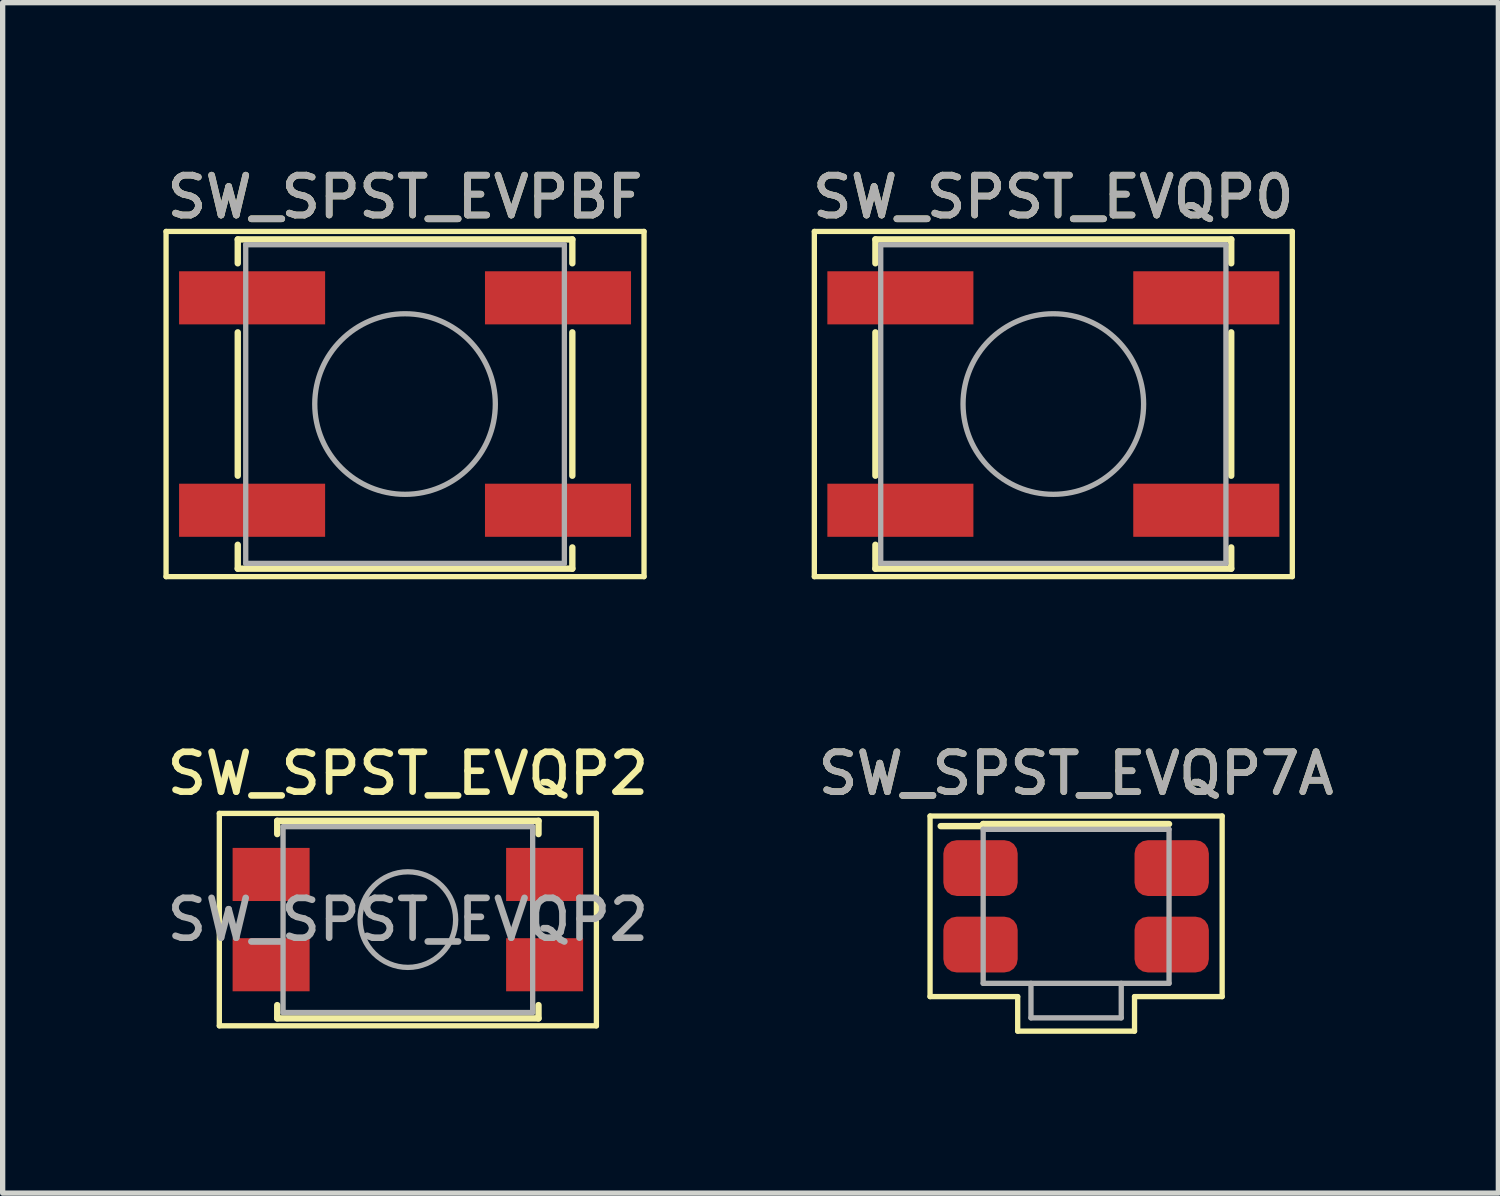
<source format=kicad_pcb>
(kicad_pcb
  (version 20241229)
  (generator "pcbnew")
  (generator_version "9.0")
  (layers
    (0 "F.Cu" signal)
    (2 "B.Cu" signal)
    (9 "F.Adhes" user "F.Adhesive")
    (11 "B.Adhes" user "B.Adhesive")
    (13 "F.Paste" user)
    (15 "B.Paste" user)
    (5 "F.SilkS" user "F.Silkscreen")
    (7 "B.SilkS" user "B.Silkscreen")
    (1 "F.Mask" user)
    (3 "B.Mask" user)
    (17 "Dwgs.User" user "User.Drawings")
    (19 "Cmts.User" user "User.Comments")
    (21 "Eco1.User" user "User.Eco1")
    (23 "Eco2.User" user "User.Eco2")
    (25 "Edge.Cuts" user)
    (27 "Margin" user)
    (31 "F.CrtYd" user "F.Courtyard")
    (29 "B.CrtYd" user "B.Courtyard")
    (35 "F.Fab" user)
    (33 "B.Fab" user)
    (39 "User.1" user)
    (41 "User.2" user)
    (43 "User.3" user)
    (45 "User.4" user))
  (footprint "SW_SPST_EVPBF"
    (layer "F.Cu")
    (at 4.577 4.558)
    (property "Reference" "SW_SPST_EVPBF" (at 0 -3.9 0) (layer "F.SilkS") (effects (font (size 0.75 0.75) (thickness 0.125))))
    (attr smd)
    (fp_line (start -4.5 -3.25) (end 4.5 -3.25) (stroke (width 0.1) (type solid)) (layer "F.SilkS"))
    (fp_line (start -4.5 3.25) (end -4.5 -3.25) (stroke (width 0.1) (type solid)) (layer "F.SilkS"))
    (fp_line (start -3.15 -3.1) (end 3.15 -3.1) (stroke (width 0.12) (type solid)) (layer "F.SilkS"))
    (fp_line (start -3.15 -2.65) (end -3.15 -3.1) (stroke (width 0.12) (type solid)) (layer "F.SilkS"))
    (fp_line (start -3.15 1.35) (end -3.15 -1.35) (stroke (width 0.12) (type solid)) (layer "F.SilkS"))
    (fp_line (start -3.15 2.65) (end -3.15 3.1) (stroke (width 0.12) (type solid)) (layer "F.SilkS"))
    (fp_line (start -3.15 3.1) (end 3.15 3.1) (stroke (width 0.12) (type solid)) (layer "F.SilkS"))
    (fp_line (start 3.15 -3.1) (end 3.15 -2.65) (stroke (width 0.12) (type solid)) (layer "F.SilkS"))
    (fp_line (start 3.15 -1.35) (end 3.15 1.35) (stroke (width 0.12) (type solid)) (layer "F.SilkS"))
    (fp_line (start 3.15 3.1) (end 3.15 2.7) (stroke (width 0.12) (type solid)) (layer "F.SilkS"))
    (fp_line (start 4.5 -3.25) (end 4.5 3.25) (stroke (width 0.1) (type solid)) (layer "F.SilkS"))
    (fp_line (start 4.5 3.25) (end -4.5 3.25) (stroke (width 0.1) (type solid)) (layer "F.SilkS"))
    (fp_line (start -3 -3) (end 3 -3) (stroke (width 0.1) (type solid)) (layer "F.Fab"))
    (fp_line (start -3 3) (end -3 -3) (stroke (width 0.1) (type solid)) (layer "F.Fab"))
    (fp_line (start 3 -3) (end 3 3) (stroke (width 0.1) (type solid)) (layer "F.Fab"))
    (fp_line (start 3 3) (end -3 3) (stroke (width 0.1) (type solid)) (layer "F.Fab"))
    (fp_circle (center 0 0) (end 1.7 0) (stroke (width 0.1) (type solid)) (fill no) (layer "F.Fab"))
    (fp_text user "${REFERENCE}" (at 0 -3.9 0) (layer "F.Fab") (effects (font (size 0.75 0.75) (thickness 0.125))))
    (pad "1" smd rect (at -2.88 -2) (size 2.75 1) (layers "F.Cu" "F.Mask" "F.Paste"))
    (pad "1" smd rect (at 2.88 -2) (size 2.75 1) (layers "F.Cu" "F.Mask" "F.Paste"))
    (pad "2" smd rect (at -2.88 2) (size 2.75 1) (layers "F.Cu" "F.Mask" "F.Paste"))
    (pad "2" smd rect (at 2.88 2) (size 2.75 1) (layers "F.Cu" "F.Mask" "F.Paste")))
  (footprint "SW_SPST_EVQP2"
    (layer "F.Cu")
    (at 4.63 14.266)
    (property "Reference" "SW_SPST_EVQP2" (at 0 -2.75 0) (layer "F.SilkS") (effects (font (size 0.75 0.75) (thickness 0.125))))
    (attr smd)
    (fp_line (start -3.55 -2) (end 3.55 -2) (stroke (width 0.1) (type solid)) (layer "F.SilkS"))
    (fp_line (start -3.55 2) (end -3.55 -2) (stroke (width 0.1) (type solid)) (layer "F.SilkS"))
    (fp_line (start -2.46 -1.86) (end -2.46 -1.61) (stroke (width 0.12) (type solid)) (layer "F.SilkS"))
    (fp_line (start -2.46 1.61) (end -2.46 1.86) (stroke (width 0.12) (type solid)) (layer "F.SilkS"))
    (fp_line (start -2.46 1.86) (end 2.46 1.86) (stroke (width 0.12) (type solid)) (layer "F.SilkS"))
    (fp_line (start 2.46 -1.86) (end -2.46 -1.86) (stroke (width 0.12) (type solid)) (layer "F.SilkS"))
    (fp_line (start 2.46 -1.86) (end 2.46 -1.61) (stroke (width 0.12) (type solid)) (layer "F.SilkS"))
    (fp_line (start 2.46 1.61) (end 2.46 1.86) (stroke (width 0.12) (type solid)) (layer "F.SilkS"))
    (fp_line (start 3.55 -2) (end 3.55 2) (stroke (width 0.1) (type solid)) (layer "F.SilkS"))
    (fp_line (start 3.55 2) (end -3.55 2) (stroke (width 0.1) (type solid)) (layer "F.SilkS"))
    (fp_line (start -2.35 -1.75) (end 2.35 -1.75) (stroke (width 0.1) (type solid)) (layer "F.Fab"))
    (fp_line (start -2.35 1.75) (end -2.35 -1.75) (stroke (width 0.1) (type solid)) (layer "F.Fab"))
    (fp_line (start 2.35 -1.75) (end 2.35 1.75) (stroke (width 0.1) (type solid)) (layer "F.Fab"))
    (fp_line (start 2.35 1.75) (end -2.35 1.75) (stroke (width 0.1) (type solid)) (layer "F.Fab"))
    (fp_circle (center 0 0) (end 0.9 0) (stroke (width 0.1) (type solid)) (fill no) (layer "F.Fab"))
    (fp_text user "${REFERENCE}" (at 0 0 0) (layer "F.Fab") (effects (font (size 0.75 0.75) (thickness 0.125))))
    (pad "1" smd rect (at -2.575 -0.85) (size 1.45 1) (layers "F.Cu" "F.Mask" "F.Paste"))
    (pad "1" smd rect (at 2.575 -0.85) (size 1.45 1) (layers "F.Cu" "F.Mask" "F.Paste"))
    (pad "2" smd rect (at -2.575 0.85) (size 1.45 1) (layers "F.Cu" "F.Mask" "F.Paste"))
    (pad "2" smd rect (at 2.575 0.85) (size 1.45 1) (layers "F.Cu" "F.Mask" "F.Paste")))
  (footprint "SW_SPST_EVQP7A"
    (layer "F.Cu")
    (at 17.213 14.016)
    (property "Reference" "SW_SPST_EVQP7A" (at 0 -2.5 0) (layer "F.SilkS") (effects (font (size 0.75 0.75) (thickness 0.125))))
    (attr smd)
    (fp_line (start -2.75 -1.7) (end 2.75 -1.7) (stroke (width 0.1) (type solid)) (layer "F.SilkS"))
    (fp_line (start -2.75 1.7) (end -2.75 -1.7) (stroke (width 0.1) (type solid)) (layer "F.SilkS"))
    (fp_line (start -2.55 -1.51) (end -1.75 -1.51) (stroke (width 0.12) (type default)) (layer "F.SilkS"))
    (fp_line (start -1.75 -1.55) (end -1.75 -1.51) (stroke (width 0.12) (type default)) (layer "F.SilkS"))
    (fp_line (start -1.75 -1.55) (end 1.75 -1.55) (stroke (width 0.12) (type solid)) (layer "F.SilkS"))
    (fp_line (start -1.1 1.7) (end -2.75 1.7) (stroke (width 0.1) (type solid)) (layer "F.SilkS"))
    (fp_line (start -1.1 2.35) (end -1.1 1.7) (stroke (width 0.1) (type solid)) (layer "F.SilkS"))
    (fp_line (start 1.1 1.7) (end 1.1 2.35) (stroke (width 0.1) (type solid)) (layer "F.SilkS"))
    (fp_line (start 1.1 2.35) (end -1.1 2.35) (stroke (width 0.1) (type solid)) (layer "F.SilkS"))
    (fp_line (start 2.75 -1.7) (end 2.75 1.7) (stroke (width 0.1) (type solid)) (layer "F.SilkS"))
    (fp_line (start 2.75 1.7) (end 1.1 1.7) (stroke (width 0.1) (type solid)) (layer "F.SilkS"))
    (fp_line (start -1.75 -1.45) (end 1.75 -1.45) (stroke (width 0.1) (type solid)) (layer "F.Fab"))
    (fp_line (start -1.75 1.45) (end -1.75 -1.45) (stroke (width 0.1) (type solid)) (layer "F.Fab"))
    (fp_line (start -0.85 2.1) (end -0.85 1.45) (stroke (width 0.1) (type solid)) (layer "F.Fab"))
    (fp_line (start -0.85 2.1) (end 0.85 2.1) (stroke (width 0.1) (type solid)) (layer "F.Fab"))
    (fp_line (start 0.85 2.1) (end 0.85 1.45) (stroke (width 0.1) (type solid)) (layer "F.Fab"))
    (fp_line (start 1.75 -1.45) (end 1.75 1.45) (stroke (width 0.1) (type solid)) (layer "F.Fab"))
    (fp_line (start 1.75 1.45) (end -1.75 1.45) (stroke (width 0.1) (type solid)) (layer "F.Fab"))
    (fp_text user "${REFERENCE}" (at 0 -2.5 0) (layer "F.Fab") (effects (font (size 0.75 0.75) (thickness 0.125))))
    (pad "1" smd roundrect (at -1.8 -0.72) (size 1.4 1.05) (layers "F.Cu" "F.Mask" "F.Paste") (roundrect_rratio 0.238))
    (pad "1" smd roundrect (at 1.8 -0.72) (size 1.4 1.05) (layers "F.Cu" "F.Mask" "F.Paste") (roundrect_rratio 0.238))
    (pad "2" smd roundrect (at -1.8 0.72) (size 1.4 1.05) (layers "F.Cu" "F.Mask" "F.Paste") (roundrect_rratio 0.238))
    (pad "2" smd roundrect (at 1.8 0.72) (size 1.4 1.05) (layers "F.Cu" "F.Mask" "F.Paste") (roundrect_rratio 0.238)))
  (footprint "SW_SPST_EVQP0"
    (layer "F.Cu")
    (at 16.784 4.558)
    (property "Reference" "SW_SPST_EVQP0" (at 0 -3.9 0) (layer "F.SilkS") (effects (font (size 0.75 0.75) (thickness 0.125))))
    (attr smd)
    (fp_line (start -4.5 -3.25) (end 4.5 -3.25) (stroke (width 0.1) (type solid)) (layer "F.SilkS"))
    (fp_line (start -4.5 3.25) (end -4.5 -3.25) (stroke (width 0.1) (type solid)) (layer "F.SilkS"))
    (fp_line (start -3.35 -3.1) (end 3.35 -3.1) (stroke (width 0.12) (type solid)) (layer "F.SilkS"))
    (fp_line (start -3.35 -2.65) (end -3.35 -3.1) (stroke (width 0.12) (type solid)) (layer "F.SilkS"))
    (fp_line (start -3.35 1.35) (end -3.35 -1.35) (stroke (width 0.12) (type solid)) (layer "F.SilkS"))
    (fp_line (start -3.35 2.65) (end -3.35 3.1) (stroke (width 0.12) (type solid)) (layer "F.SilkS"))
    (fp_line (start -3.35 3.1) (end 3.35 3.1) (stroke (width 0.12) (type solid)) (layer "F.SilkS"))
    (fp_line (start 3.35 -3.1) (end 3.35 -2.65) (stroke (width 0.12) (type solid)) (layer "F.SilkS"))
    (fp_line (start 3.35 -1.35) (end 3.35 1.35) (stroke (width 0.12) (type solid)) (layer "F.SilkS"))
    (fp_line (start 3.35 3.1) (end 3.35 2.7) (stroke (width 0.12) (type solid)) (layer "F.SilkS"))
    (fp_line (start 4.5 -3.25) (end 4.5 3.25) (stroke (width 0.1) (type solid)) (layer "F.SilkS"))
    (fp_line (start 4.5 3.25) (end -4.5 3.25) (stroke (width 0.1) (type solid)) (layer "F.SilkS"))
    (fp_line (start -3.25 -3) (end 3.25 -3) (stroke (width 0.1) (type solid)) (layer "F.Fab"))
    (fp_line (start -3.25 3) (end -3.25 -3) (stroke (width 0.1) (type solid)) (layer "F.Fab"))
    (fp_line (start 3.25 -3) (end 3.25 3) (stroke (width 0.1) (type solid)) (layer "F.Fab"))
    (fp_line (start 3.25 3) (end -3.25 3) (stroke (width 0.1) (type solid)) (layer "F.Fab"))
    (fp_circle (center 0 0) (end 1.7 0) (stroke (width 0.1) (type solid)) (fill no) (layer "F.Fab"))
    (fp_text user "${REFERENCE}" (at 0 -3.9 0) (layer "F.Fab") (effects (font (size 0.75 0.75) (thickness 0.125))))
    (pad "1" smd rect (at -2.88 -2) (size 2.75 1) (layers "F.Cu" "F.Mask" "F.Paste"))
    (pad "1" smd rect (at 2.88 -2) (size 2.75 1) (layers "F.Cu" "F.Mask" "F.Paste"))
    (pad "2" smd rect (at -2.88 2) (size 2.75 1) (layers "F.Cu" "F.Mask" "F.Paste"))
    (pad "2" smd rect (at 2.88 2) (size 2.75 1) (layers "F.Cu" "F.Mask" "F.Paste")))
  (gr_rect
    (start -3 -3)
    (end 25.164 19.416)
    (stroke (width 0.1) (type default))
    (fill no)
    (layer "Edge.Cuts")))
</source>
